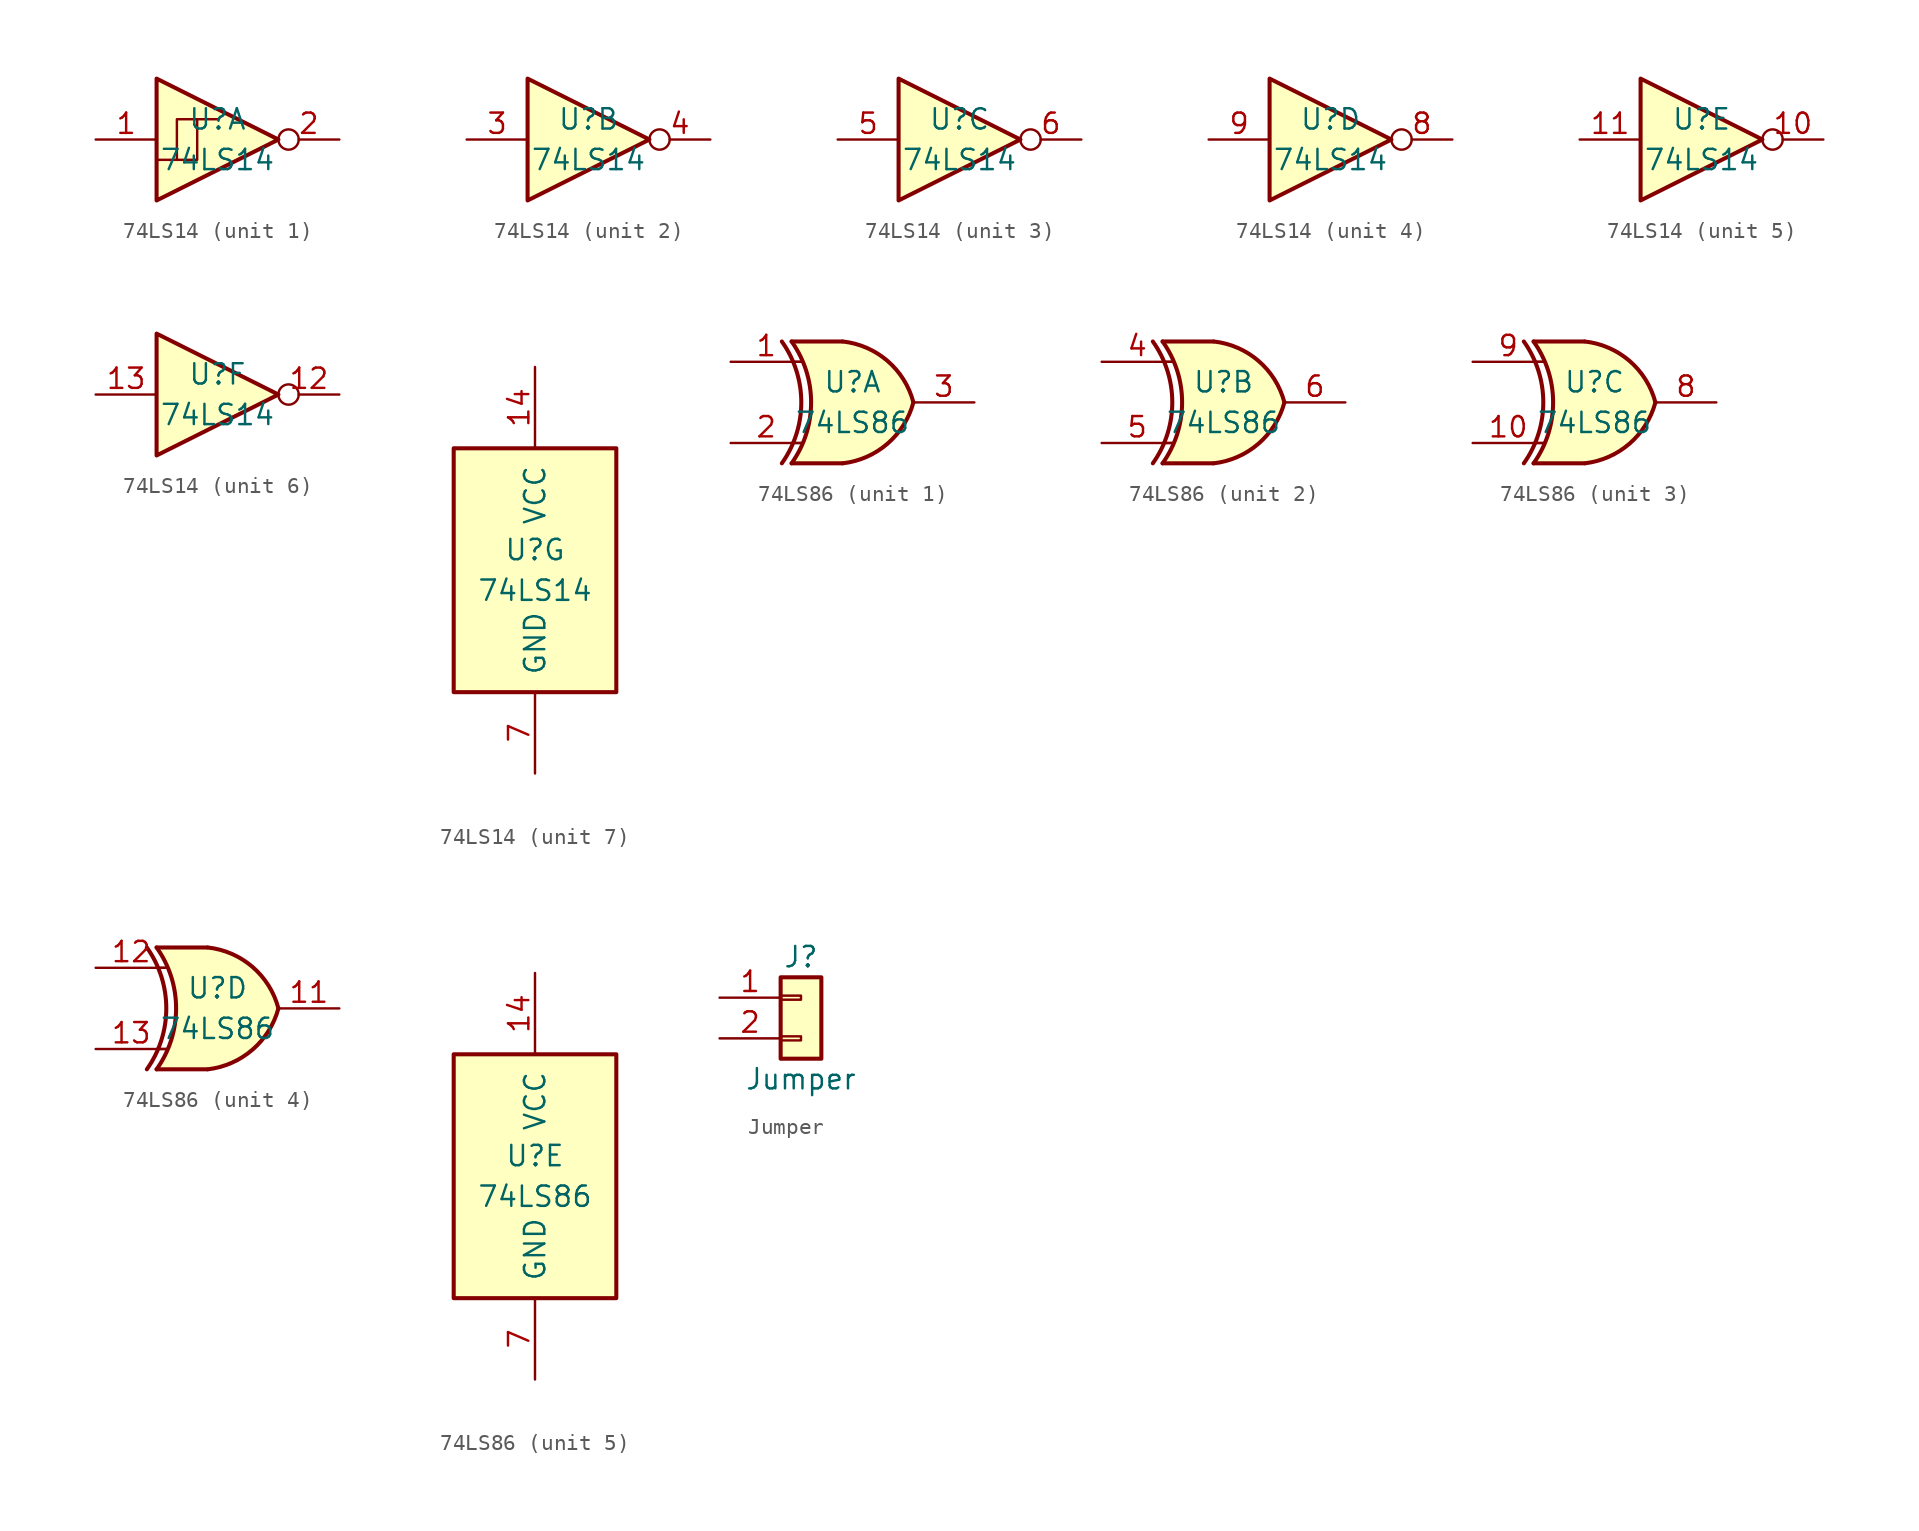
<source format=kicad_sym>
(kicad_symbol_lib
  (version 20211014)
  (generator kicad_symbol_editor)
  (symbol "74LS14"
    (pin_names
      (offset 1.016))
    (property "Reference" "U"
      (at 0 1.27 0)
      (effects (font (size 1.27 1.27))))
    (property "Value" "74LS14"
      (at 0 -1.27 0)
      (effects (font (size 1.27 1.27))))
    (property "ki_locked" ""
      (at 0 0 0)
      (effects (font (size 1.27 1.27))))
    (symbol "74LS14_1_0"
      (polyline (pts (xy -3.81 3.81) (xy -3.81 -3.81) (xy 3.81 0) (xy -3.81 3.81)) (stroke (width 0.254) (type default) (color 0 0 0 0)) (fill (type background)))
      (pin input line (at -7.62 0 0) (length 3.81) (name "~" (effects (font (size 1.27 1.27)))) (number "1" (effects (font (size 1.27 1.27)))))
      (pin output inverted (at 7.62 0 180) (length 3.81) (name "~" (effects (font (size 1.27 1.27)))) (number "2" (effects (font (size 1.27 1.27))))))
    (symbol "74LS14_1_1"
      (polyline (pts (xy -2.54 -1.27) (xy -1.27 -1.27) (xy -1.27 1.27)) (stroke (width 0) (type default) (color 0 0 0 0)) (fill (type none)))
      (polyline (pts (xy -3.81 -1.27) (xy -2.54 -1.27) (xy -2.54 1.27) (xy 0 1.27)) (stroke (width 0) (type default) (color 0 0 0 0)) (fill (type none))))
    (symbol "74LS14_2_0"
      (polyline (pts (xy -3.81 3.81) (xy -3.81 -3.81) (xy 3.81 0) (xy -3.81 3.81)) (stroke (width 0.254) (type default) (color 0 0 0 0)) (fill (type background)))
      (pin input line (at -7.62 0 0) (length 3.81) (name "~" (effects (font (size 1.27 1.27)))) (number "3" (effects (font (size 1.27 1.27)))))
      (pin output inverted (at 7.62 0 180) (length 3.81) (name "~" (effects (font (size 1.27 1.27)))) (number "4" (effects (font (size 1.27 1.27))))))
    (symbol "74LS14_3_0"
      (polyline (pts (xy -3.81 3.81) (xy -3.81 -3.81) (xy 3.81 0) (xy -3.81 3.81)) (stroke (width 0.254) (type default) (color 0 0 0 0)) (fill (type background)))
      (pin input line (at -7.62 0 0) (length 3.81) (name "~" (effects (font (size 1.27 1.27)))) (number "5" (effects (font (size 1.27 1.27)))))
      (pin output inverted (at 7.62 0 180) (length 3.81) (name "~" (effects (font (size 1.27 1.27)))) (number "6" (effects (font (size 1.27 1.27))))))
    (symbol "74LS14_4_0"
      (polyline (pts (xy -3.81 3.81) (xy -3.81 -3.81) (xy 3.81 0) (xy -3.81 3.81)) (stroke (width 0.254) (type default) (color 0 0 0 0)) (fill (type background)))
      (pin output inverted (at 7.62 0 180) (length 3.81) (name "~" (effects (font (size 1.27 1.27)))) (number "8" (effects (font (size 1.27 1.27)))))
      (pin input line (at -7.62 0 0) (length 3.81) (name "~" (effects (font (size 1.27 1.27)))) (number "9" (effects (font (size 1.27 1.27))))))
    (symbol "74LS14_5_0"
      (polyline (pts (xy -3.81 3.81) (xy -3.81 -3.81) (xy 3.81 0) (xy -3.81 3.81)) (stroke (width 0.254) (type default) (color 0 0 0 0)) (fill (type background)))
      (pin output inverted (at 7.62 0 180) (length 3.81) (name "~" (effects (font (size 1.27 1.27)))) (number "10" (effects (font (size 1.27 1.27)))))
      (pin input line (at -7.62 0 0) (length 3.81) (name "~" (effects (font (size 1.27 1.27)))) (number "11" (effects (font (size 1.27 1.27))))))
    (symbol "74LS14_6_0"
      (polyline (pts (xy -3.81 3.81) (xy -3.81 -3.81) (xy 3.81 0) (xy -3.81 3.81)) (stroke (width 0.254) (type default) (color 0 0 0 0)) (fill (type background)))
      (pin output inverted (at 7.62 0 180) (length 3.81) (name "~" (effects (font (size 1.27 1.27)))) (number "12" (effects (font (size 1.27 1.27)))))
      (pin input line (at -7.62 0 0) (length 3.81) (name "~" (effects (font (size 1.27 1.27)))) (number "13" (effects (font (size 1.27 1.27))))))
    (symbol "74LS14_7_0"
      (pin power_in line (at 0 12.7 270) (length 5.08) (name "VCC" (effects (font (size 1.27 1.27)))) (number "14" (effects (font (size 1.27 1.27)))))
      (pin power_in line (at 0 -12.7 90) (length 5.08) (name "GND" (effects (font (size 1.27 1.27)))) (number "7" (effects (font (size 1.27 1.27))))))
    (symbol "74LS14_7_1"
      (rectangle (start -5.08 7.62) (end 5.08 -7.62) (stroke (width 0.254) (type default) (color 0 0 0 0)) (fill (type background)))))
  (symbol "74LS86"
    (pin_names
      (offset 1.016))
    (property "Reference" "U"
      (at 0 1.27 0)
      (effects (font (size 1.27 1.27))))
    (property "Value" "74LS86"
      (at 0 -1.27 0)
      (effects (font (size 1.27 1.27))))
    (property "ki_locked" ""
      (at 0 0 0)
      (effects (font (size 1.27 1.27))))
    (symbol "74LS86_1_0"
      (arc (start -4.4196 -3.81) (mid -3.2033 0) (end -4.4196 3.81) (stroke (width 0.254) (type default) (color 0 0 0 0)) (fill (type none)))
      (arc (start -3.81 -3.81) (mid -2.589 0) (end -3.81 3.81) (stroke (width 0.254) (type default) (color 0 0 0 0)) (fill (type none)))
      (arc (start -0.6096 -3.81) (mid 2.1855 -2.584) (end 3.81 0) (stroke (width 0.254) (type default) (color 0 0 0 0)) (fill (type background)))
      (polyline (pts (xy -3.81 -3.81) (xy -0.635 -3.81)) (stroke (width 0.254) (type default) (color 0 0 0 0)) (fill (type background)))
      (polyline (pts (xy -3.81 3.81) (xy -0.635 3.81)) (stroke (width 0.254) (type default) (color 0 0 0 0)) (fill (type background)))
      (polyline (pts (xy -0.635 3.81) (xy -3.81 3.81) (xy -3.81 3.81) (xy -3.556 3.404) (xy -3.023 2.261) (xy -2.692 1.041) (xy -2.616 -0.254) (xy -2.769 -1.499) (xy -3.175 -2.718) (xy -3.81 -3.81) (xy -3.81 -3.81) (xy -0.635 -3.81)) (stroke (width -25.4) (type default) (color 0 0 0 0)) (fill (type background)))
      (arc (start 3.81 0) (mid 2.1928 2.5925) (end -0.6096 3.81) (stroke (width 0.254) (type default) (color 0 0 0 0)) (fill (type background)))
      (pin input line (at -7.62 2.54 0) (length 4.445) (name "~" (effects (font (size 1.27 1.27)))) (number "1" (effects (font (size 1.27 1.27)))))
      (pin input line (at -7.62 -2.54 0) (length 4.445) (name "~" (effects (font (size 1.27 1.27)))) (number "2" (effects (font (size 1.27 1.27)))))
      (pin output line (at 7.62 0 180) (length 3.81) (name "~" (effects (font (size 1.27 1.27)))) (number "3" (effects (font (size 1.27 1.27))))))
    (symbol "74LS86_1_1"
      (polyline (pts (xy -3.81 -2.54) (xy -3.175 -2.54)) (stroke (width 0.152) (type default) (color 0 0 0 0)) (fill (type none)))
      (polyline (pts (xy -3.81 2.54) (xy -3.175 2.54)) (stroke (width 0.152) (type default) (color 0 0 0 0)) (fill (type none))))
    (symbol "74LS86_2_0"
      (arc (start -4.4196 -3.81) (mid -3.2033 0) (end -4.4196 3.81) (stroke (width 0.254) (type default) (color 0 0 0 0)) (fill (type none)))
      (arc (start -3.81 -3.81) (mid -2.589 0) (end -3.81 3.81) (stroke (width 0.254) (type default) (color 0 0 0 0)) (fill (type none)))
      (arc (start -0.6096 -3.81) (mid 2.1855 -2.584) (end 3.81 0) (stroke (width 0.254) (type default) (color 0 0 0 0)) (fill (type background)))
      (polyline (pts (xy -3.81 -3.81) (xy -0.635 -3.81)) (stroke (width 0.254) (type default) (color 0 0 0 0)) (fill (type background)))
      (polyline (pts (xy -3.81 3.81) (xy -0.635 3.81)) (stroke (width 0.254) (type default) (color 0 0 0 0)) (fill (type background)))
      (polyline (pts (xy -0.635 3.81) (xy -3.81 3.81) (xy -3.81 3.81) (xy -3.556 3.404) (xy -3.023 2.261) (xy -2.692 1.041) (xy -2.616 -0.254) (xy -2.769 -1.499) (xy -3.175 -2.718) (xy -3.81 -3.81) (xy -3.81 -3.81) (xy -0.635 -3.81)) (stroke (width -25.4) (type default) (color 0 0 0 0)) (fill (type background)))
      (arc (start 3.81 0) (mid 2.1928 2.5925) (end -0.6096 3.81) (stroke (width 0.254) (type default) (color 0 0 0 0)) (fill (type background)))
      (pin input line (at -7.62 2.54 0) (length 4.445) (name "~" (effects (font (size 1.27 1.27)))) (number "4" (effects (font (size 1.27 1.27)))))
      (pin input line (at -7.62 -2.54 0) (length 4.445) (name "~" (effects (font (size 1.27 1.27)))) (number "5" (effects (font (size 1.27 1.27)))))
      (pin output line (at 7.62 0 180) (length 3.81) (name "~" (effects (font (size 1.27 1.27)))) (number "6" (effects (font (size 1.27 1.27))))))
    (symbol "74LS86_2_1"
      (polyline (pts (xy -3.81 -2.54) (xy -3.175 -2.54)) (stroke (width 0.152) (type default) (color 0 0 0 0)) (fill (type none)))
      (polyline (pts (xy -3.81 2.54) (xy -3.175 2.54)) (stroke (width 0.152) (type default) (color 0 0 0 0)) (fill (type none))))
    (symbol "74LS86_3_0"
      (arc (start -4.4196 -3.81) (mid -3.2033 0) (end -4.4196 3.81) (stroke (width 0.254) (type default) (color 0 0 0 0)) (fill (type none)))
      (arc (start -3.81 -3.81) (mid -2.589 0) (end -3.81 3.81) (stroke (width 0.254) (type default) (color 0 0 0 0)) (fill (type none)))
      (arc (start -0.6096 -3.81) (mid 2.1855 -2.584) (end 3.81 0) (stroke (width 0.254) (type default) (color 0 0 0 0)) (fill (type background)))
      (polyline (pts (xy -3.81 -3.81) (xy -0.635 -3.81)) (stroke (width 0.254) (type default) (color 0 0 0 0)) (fill (type background)))
      (polyline (pts (xy -3.81 3.81) (xy -0.635 3.81)) (stroke (width 0.254) (type default) (color 0 0 0 0)) (fill (type background)))
      (polyline (pts (xy -0.635 3.81) (xy -3.81 3.81) (xy -3.81 3.81) (xy -3.556 3.404) (xy -3.023 2.261) (xy -2.692 1.041) (xy -2.616 -0.254) (xy -2.769 -1.499) (xy -3.175 -2.718) (xy -3.81 -3.81) (xy -3.81 -3.81) (xy -0.635 -3.81)) (stroke (width -25.4) (type default) (color 0 0 0 0)) (fill (type background)))
      (arc (start 3.81 0) (mid 2.1928 2.5925) (end -0.6096 3.81) (stroke (width 0.254) (type default) (color 0 0 0 0)) (fill (type background)))
      (pin input line (at -7.62 -2.54 0) (length 4.445) (name "~" (effects (font (size 1.27 1.27)))) (number "10" (effects (font (size 1.27 1.27)))))
      (pin output line (at 7.62 0 180) (length 3.81) (name "~" (effects (font (size 1.27 1.27)))) (number "8" (effects (font (size 1.27 1.27)))))
      (pin input line (at -7.62 2.54 0) (length 4.445) (name "~" (effects (font (size 1.27 1.27)))) (number "9" (effects (font (size 1.27 1.27))))))
    (symbol "74LS86_3_1"
      (polyline (pts (xy -3.81 -2.54) (xy -3.175 -2.54)) (stroke (width 0.152) (type default) (color 0 0 0 0)) (fill (type none)))
      (polyline (pts (xy -3.81 2.54) (xy -3.175 2.54)) (stroke (width 0.152) (type default) (color 0 0 0 0)) (fill (type none))))
    (symbol "74LS86_4_0"
      (arc (start -4.4196 -3.81) (mid -3.2033 0) (end -4.4196 3.81) (stroke (width 0.254) (type default) (color 0 0 0 0)) (fill (type none)))
      (arc (start -3.81 -3.81) (mid -2.589 0) (end -3.81 3.81) (stroke (width 0.254) (type default) (color 0 0 0 0)) (fill (type none)))
      (arc (start -0.6096 -3.81) (mid 2.1855 -2.584) (end 3.81 0) (stroke (width 0.254) (type default) (color 0 0 0 0)) (fill (type background)))
      (polyline (pts (xy -3.81 -3.81) (xy -0.635 -3.81)) (stroke (width 0.254) (type default) (color 0 0 0 0)) (fill (type background)))
      (polyline (pts (xy -3.81 3.81) (xy -0.635 3.81)) (stroke (width 0.254) (type default) (color 0 0 0 0)) (fill (type background)))
      (polyline (pts (xy -0.635 3.81) (xy -3.81 3.81) (xy -3.81 3.81) (xy -3.556 3.404) (xy -3.023 2.261) (xy -2.692 1.041) (xy -2.616 -0.254) (xy -2.769 -1.499) (xy -3.175 -2.718) (xy -3.81 -3.81) (xy -3.81 -3.81) (xy -0.635 -3.81)) (stroke (width -25.4) (type default) (color 0 0 0 0)) (fill (type background)))
      (arc (start 3.81 0) (mid 2.1928 2.5925) (end -0.6096 3.81) (stroke (width 0.254) (type default) (color 0 0 0 0)) (fill (type background)))
      (pin output line (at 7.62 0 180) (length 3.81) (name "~" (effects (font (size 1.27 1.27)))) (number "11" (effects (font (size 1.27 1.27)))))
      (pin input line (at -7.62 2.54 0) (length 4.445) (name "~" (effects (font (size 1.27 1.27)))) (number "12" (effects (font (size 1.27 1.27)))))
      (pin input line (at -7.62 -2.54 0) (length 4.445) (name "~" (effects (font (size 1.27 1.27)))) (number "13" (effects (font (size 1.27 1.27))))))
    (symbol "74LS86_4_1"
      (polyline (pts (xy -3.81 -2.54) (xy -3.175 -2.54)) (stroke (width 0.152) (type default) (color 0 0 0 0)) (fill (type none)))
      (polyline (pts (xy -3.81 2.54) (xy -3.175 2.54)) (stroke (width 0.152) (type default) (color 0 0 0 0)) (fill (type none))))
    (symbol "74LS86_5_0"
      (pin power_in line (at 0 12.7 270) (length 5.08) (name "VCC" (effects (font (size 1.27 1.27)))) (number "14" (effects (font (size 1.27 1.27)))))
      (pin power_in line (at 0 -12.7 90) (length 5.08) (name "GND" (effects (font (size 1.27 1.27)))) (number "7" (effects (font (size 1.27 1.27))))))
    (symbol "74LS86_5_1"
      (rectangle (start -5.08 7.62) (end 5.08 -7.62) (stroke (width 0.254) (type default) (color 0 0 0 0)) (fill (type background)))))
  (symbol "Jumper"
    (pin_names
      (offset 1.016) hide)
    (property "Reference" "J"
      (at 0 2.54 0)
      (effects (font (size 1.27 1.27))))
    (property "Value" "Jumper"
      (at 0 -5.08 0)
      (effects (font (size 1.27 1.27))))
    (symbol "Jumper_1_1"
      (rectangle (start -1.27 -2.413) (end 0 -2.667) (stroke (width 0.152) (type default) (color 0 0 0 0)) (fill (type none)))
      (rectangle (start -1.27 0.127) (end 0 -0.127) (stroke (width 0.152) (type default) (color 0 0 0 0)) (fill (type none)))
      (rectangle (start -1.27 1.27) (end 1.27 -3.81) (stroke (width 0.254) (type default) (color 0 0 0 0)) (fill (type background)))
      (pin passive line (at -5.08 0 0) (length 3.81) (name "Pin_1" (effects (font (size 1.27 1.27)))) (number "1" (effects (font (size 1.27 1.27)))))
      (pin passive line (at -5.08 -2.54 0) (length 3.81) (name "Pin_2" (effects (font (size 1.27 1.27)))) (number "2" (effects (font (size 1.27 1.27))))))))
</source>
